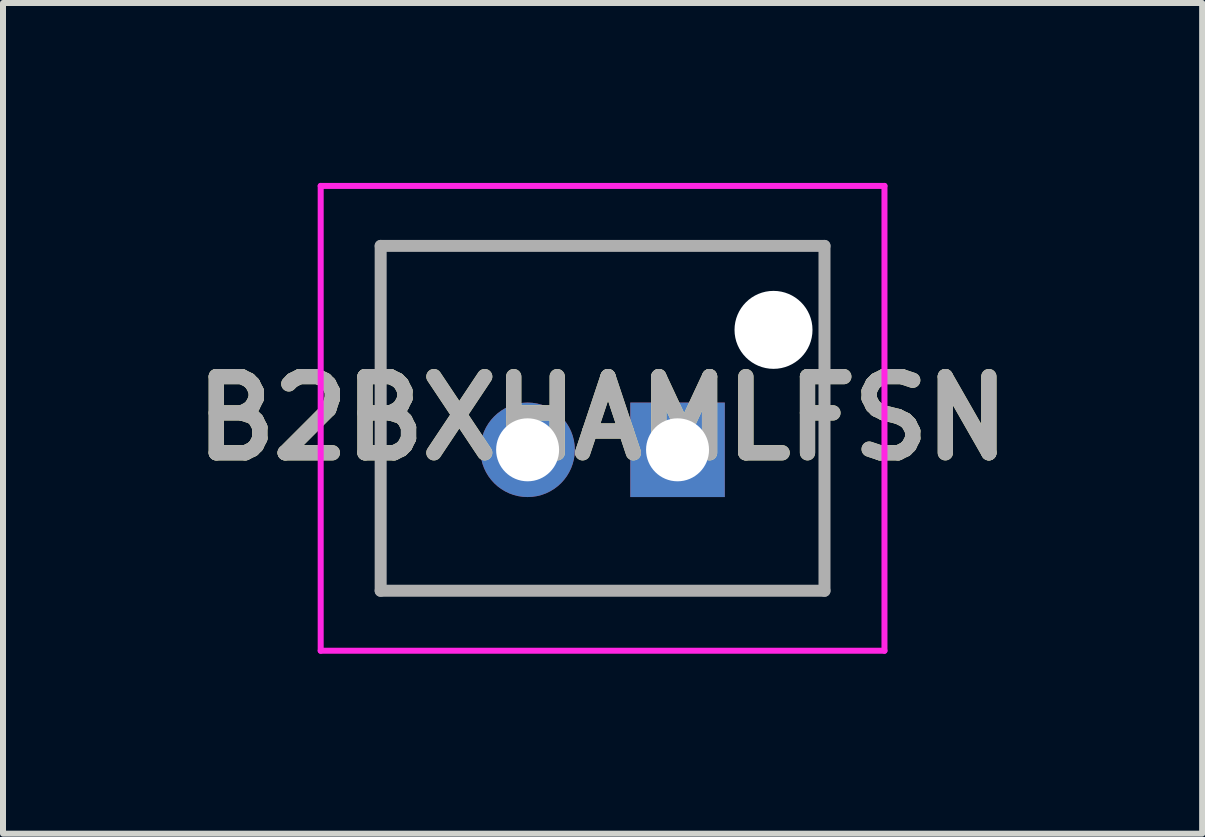
<source format=kicad_pcb>
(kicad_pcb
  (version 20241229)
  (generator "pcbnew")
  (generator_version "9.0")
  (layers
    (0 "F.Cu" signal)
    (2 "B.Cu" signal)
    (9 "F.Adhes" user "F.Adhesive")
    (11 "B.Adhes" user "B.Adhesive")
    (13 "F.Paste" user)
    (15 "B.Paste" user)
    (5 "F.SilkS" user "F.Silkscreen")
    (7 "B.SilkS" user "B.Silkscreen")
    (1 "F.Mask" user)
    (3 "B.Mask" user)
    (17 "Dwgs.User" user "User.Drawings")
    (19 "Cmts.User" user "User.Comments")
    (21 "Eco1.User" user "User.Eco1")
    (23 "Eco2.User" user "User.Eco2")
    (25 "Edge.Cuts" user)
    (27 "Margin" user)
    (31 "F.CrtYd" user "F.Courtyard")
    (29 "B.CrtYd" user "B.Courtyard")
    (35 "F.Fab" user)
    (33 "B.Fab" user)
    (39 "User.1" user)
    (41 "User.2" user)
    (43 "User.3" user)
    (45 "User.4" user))
  (footprint "B2BXHAMLFSN"
    (layer "F.Cu")
    (at 8.247 4.45)
    (property "Reference" "B2BXHAMLFSN" (at -1.25 -0.525 0) (layer "F.SilkS") (effects (font (size 1.27 1.27) (thickness 0.254))))
    (attr through_hole)
    (fp_line (start -4.95 -3.4) (end -4.95 -3.4) (stroke (width 0.1) (type solid)) (layer "F.SilkS"))
    (fp_line (start -4.95 -3.4) (end -4.95 -3.4) (stroke (width 0.1) (type solid)) (layer "F.SilkS"))
    (fp_line (start -4.95 -3.4) (end -4.95 2.35) (stroke (width 0.1) (type solid)) (layer "F.SilkS"))
    (fp_line (start -4.95 -3.4) (end 2.45 -3.4) (stroke (width 0.1) (type solid)) (layer "F.SilkS"))
    (fp_line (start -4.95 2.35) (end -4.95 -3.4) (stroke (width 0.1) (type solid)) (layer "F.SilkS"))
    (fp_line (start -4.95 2.35) (end -4.95 2.35) (stroke (width 0.1) (type solid)) (layer "F.SilkS"))
    (fp_line (start -4.95 2.35) (end -4.95 2.35) (stroke (width 0.1) (type solid)) (layer "F.SilkS"))
    (fp_line (start -4.95 2.35) (end 2.45 2.35) (stroke (width 0.1) (type solid)) (layer "F.SilkS"))
    (fp_line (start 2.45 -3.4) (end -4.95 -3.4) (stroke (width 0.1) (type solid)) (layer "F.SilkS"))
    (fp_line (start 2.45 -3.4) (end 2.45 -3.4) (stroke (width 0.1) (type solid)) (layer "F.SilkS"))
    (fp_line (start 2.45 -3.4) (end 2.45 -3.4) (stroke (width 0.1) (type solid)) (layer "F.SilkS"))
    (fp_line (start 2.45 -3.4) (end 2.45 -3) (stroke (width 0.1) (type solid)) (layer "F.SilkS"))
    (fp_line (start 2.45 -3) (end 2.45 -3.4) (stroke (width 0.1) (type solid)) (layer "F.SilkS"))
    (fp_line (start 2.45 -3) (end 2.45 -3) (stroke (width 0.1) (type solid)) (layer "F.SilkS"))
    (fp_line (start 2.45 -1) (end 2.45 -1) (stroke (width 0.1) (type solid)) (layer "F.SilkS"))
    (fp_line (start 2.45 -1) (end 2.45 2.35) (stroke (width 0.1) (type solid)) (layer "F.SilkS"))
    (fp_line (start 2.45 2.35) (end -4.95 2.35) (stroke (width 0.1) (type solid)) (layer "F.SilkS"))
    (fp_line (start 2.45 2.35) (end 2.45 -1) (stroke (width 0.1) (type solid)) (layer "F.SilkS"))
    (fp_line (start 2.45 2.35) (end 2.45 2.35) (stroke (width 0.1) (type solid)) (layer "F.SilkS"))
    (fp_line (start 2.45 2.35) (end 2.45 2.35) (stroke (width 0.1) (type solid)) (layer "F.SilkS"))
    (fp_line (start -5.95 -4.4) (end 3.45 -4.4) (stroke (width 0.1) (type solid)) (layer "F.CrtYd"))
    (fp_line (start -5.95 3.35) (end -5.95 -4.4) (stroke (width 0.1) (type solid)) (layer "F.CrtYd"))
    (fp_line (start 3.45 -4.4) (end 3.45 3.35) (stroke (width 0.1) (type solid)) (layer "F.CrtYd"))
    (fp_line (start 3.45 3.35) (end -5.95 3.35) (stroke (width 0.1) (type solid)) (layer "F.CrtYd"))
    (fp_line (start -4.95 -3.4) (end -4.95 2.35) (stroke (width 0.2) (type solid)) (layer "F.Fab"))
    (fp_line (start -4.95 2.35) (end 2.45 2.35) (stroke (width 0.2) (type solid)) (layer "F.Fab"))
    (fp_line (start 2.45 -3.4) (end -4.95 -3.4) (stroke (width 0.2) (type solid)) (layer "F.Fab"))
    (fp_line (start 2.45 2.35) (end 2.45 -3.4) (stroke (width 0.2) (type solid)) (layer "F.Fab"))
    (fp_text user "${REFERENCE}" (at -1.25 -0.525 0) (layer "F.Fab") (effects (font (size 1.27 1.27) (thickness 0.254))))
    (pad "" np_thru_hole circle (at 1.6 -2) (size 1.3 1.3) (drill 1.3) (layers "*.Cu" "*.Mask"))
    (pad "1" thru_hole rect (at 0 0) (size 1.575 1.575) (drill 1.05) (layers "*.Cu" "*.Mask"))
    (pad "2" thru_hole circle (at -2.5 0) (size 1.575 1.575) (drill 1.05) (layers "*.Cu" "*.Mask")))
  (gr_rect
    (start -3 -3)
    (end 16.994 10.85)
    (stroke (width 0.1) (type default))
    (fill no)
    (layer "Edge.Cuts")))
</source>
